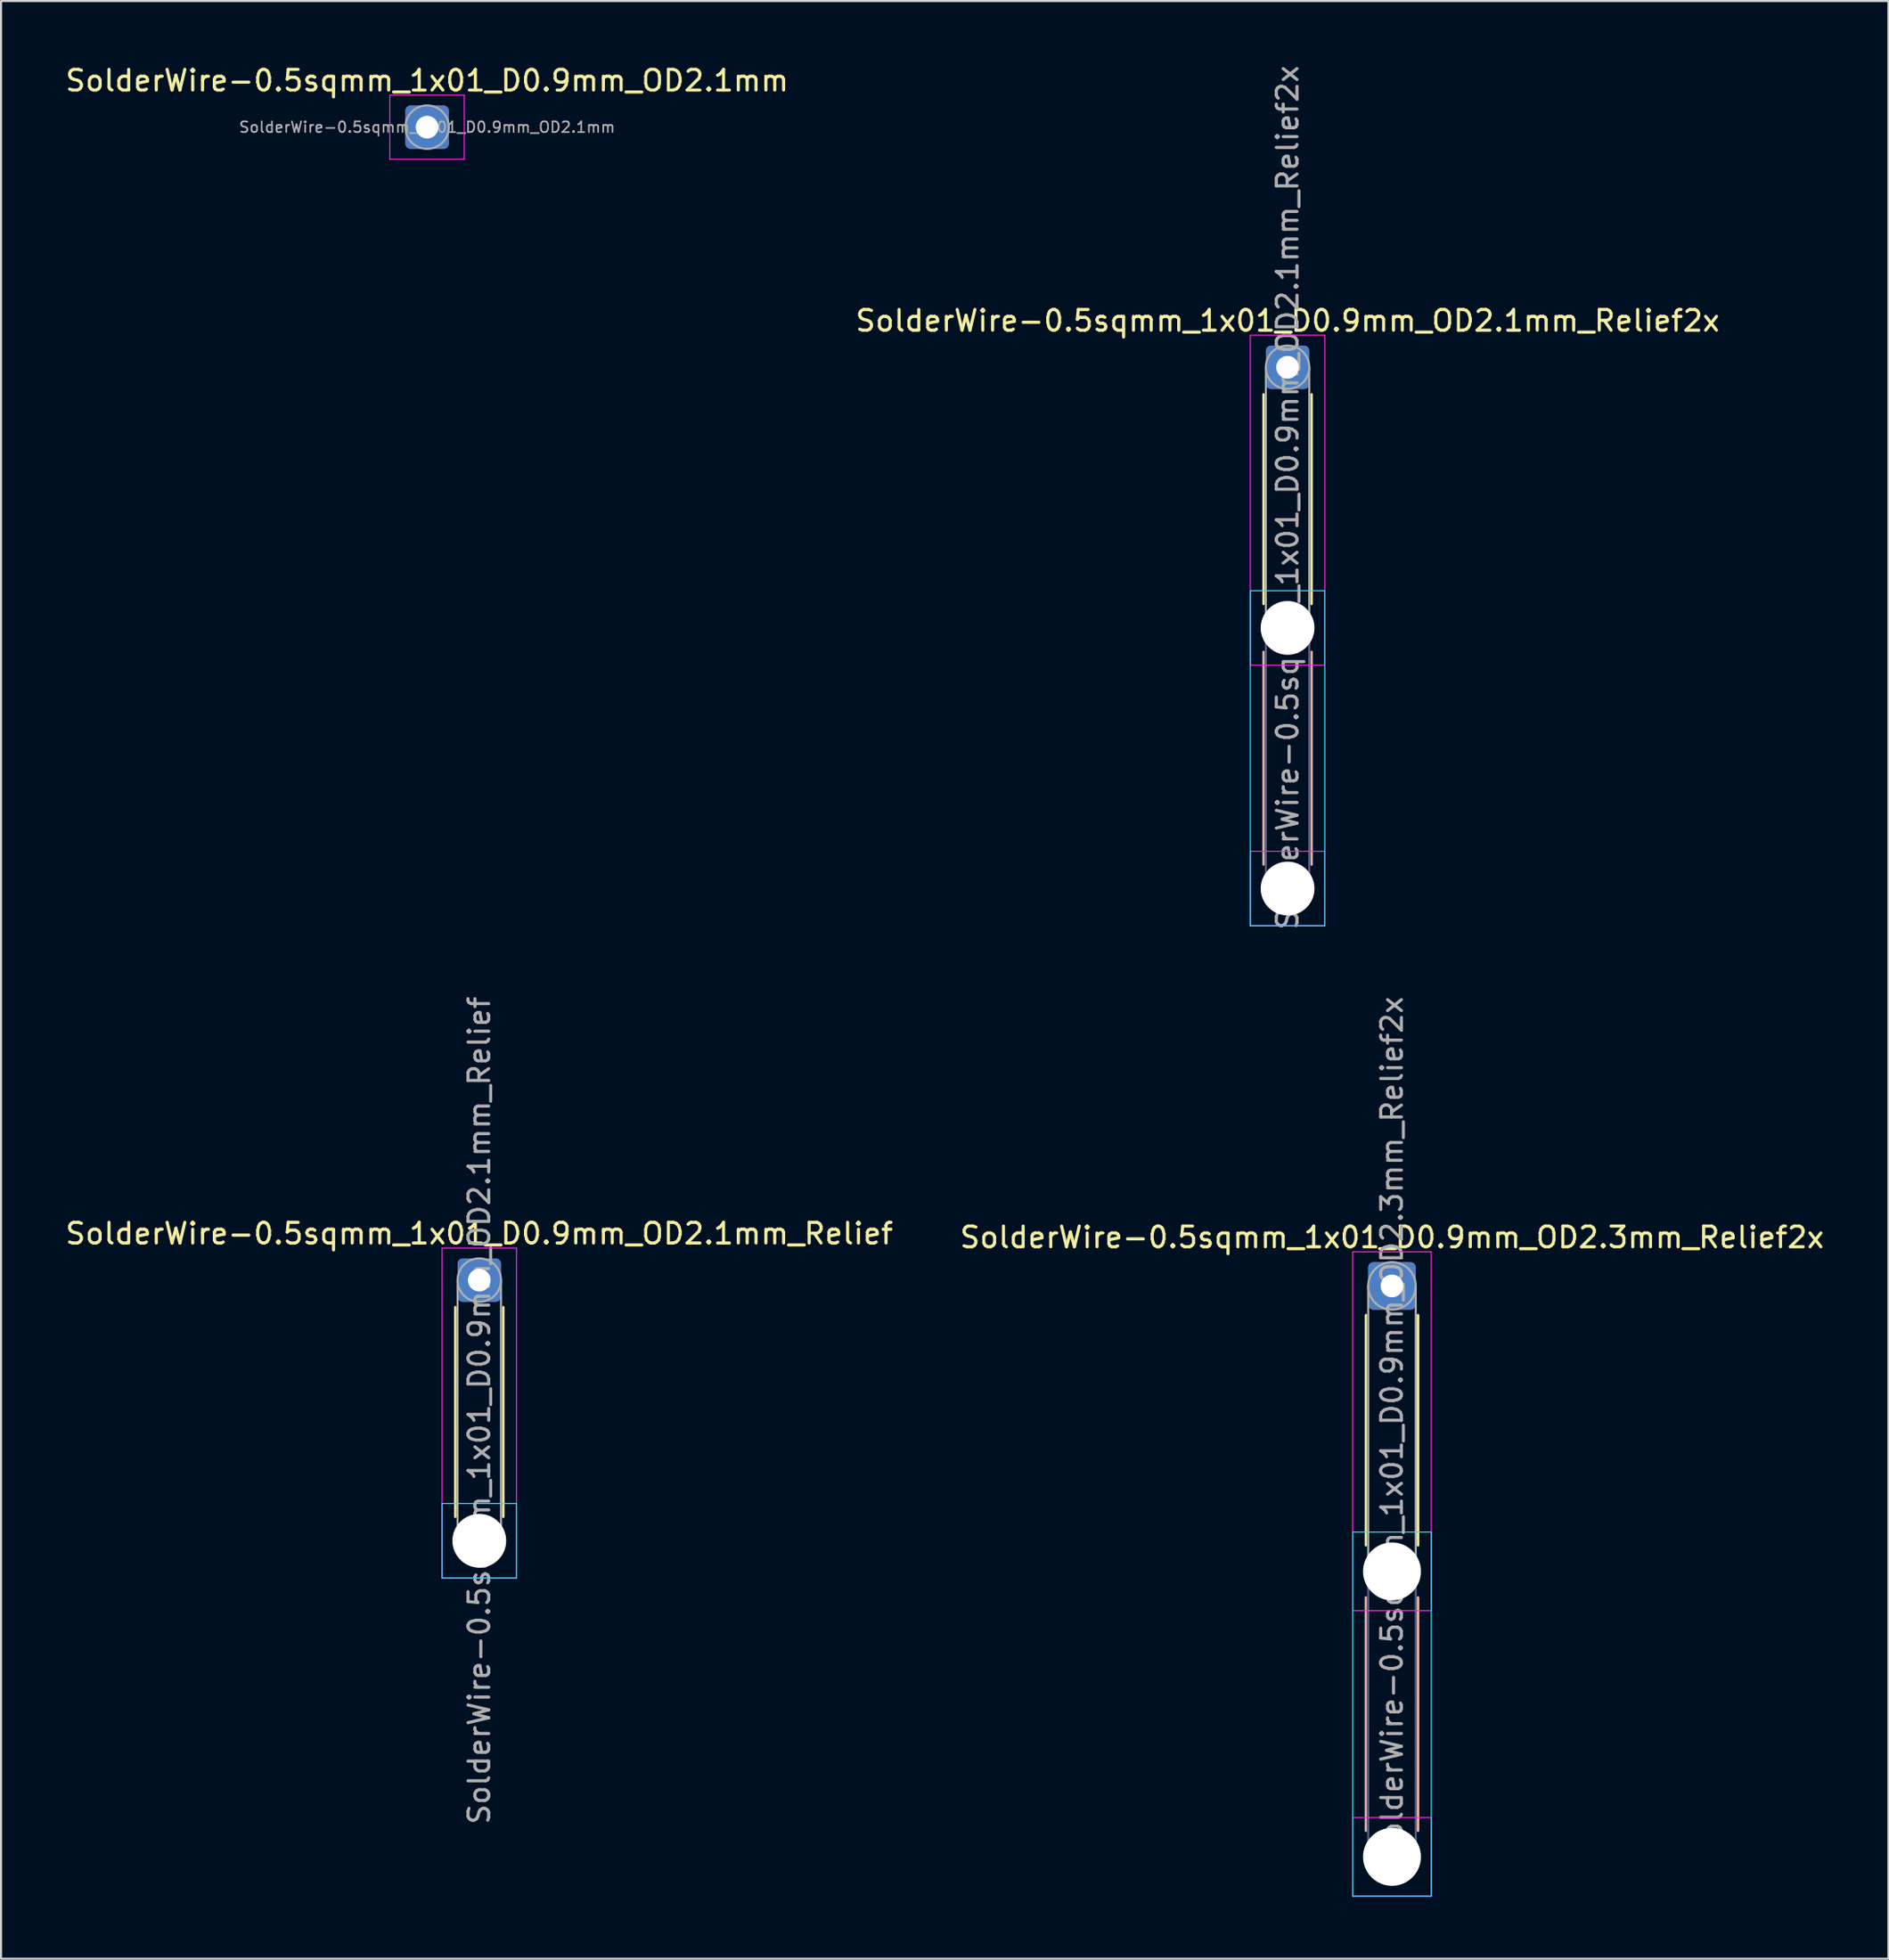
<source format=kicad_pcb>
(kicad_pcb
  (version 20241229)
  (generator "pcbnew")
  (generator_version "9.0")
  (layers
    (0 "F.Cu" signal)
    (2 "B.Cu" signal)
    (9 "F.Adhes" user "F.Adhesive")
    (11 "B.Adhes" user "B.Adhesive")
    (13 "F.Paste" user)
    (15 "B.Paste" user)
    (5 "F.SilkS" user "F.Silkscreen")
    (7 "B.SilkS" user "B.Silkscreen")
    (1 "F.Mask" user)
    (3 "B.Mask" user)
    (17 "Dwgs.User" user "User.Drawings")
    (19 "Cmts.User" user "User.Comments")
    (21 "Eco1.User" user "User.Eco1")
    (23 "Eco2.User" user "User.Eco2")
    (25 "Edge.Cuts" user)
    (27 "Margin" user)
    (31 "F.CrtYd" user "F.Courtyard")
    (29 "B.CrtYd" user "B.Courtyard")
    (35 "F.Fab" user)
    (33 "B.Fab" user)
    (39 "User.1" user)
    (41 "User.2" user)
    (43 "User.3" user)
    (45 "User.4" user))
  (footprint "SolderWire-0.5sqmm_1x01_D0.9mm_OD2.3mm_Relief2x"
    (layer "F.Cu")
    (at 64.256 59.118)
    (property "Reference" "SolderWire-0.5sqmm_1x01_D0.9mm_OD2.3mm_Relief2x" (at 0 -2.35 0) (layer "F.SilkS") (effects (font (size 1 1) (thickness 0.15))))
    (attr exclude_from_pos_files exclude_from_bom)
    (fp_line (start -1.26 1.41) (end -1.26 12.54) (stroke (width 0.12) (type solid)) (layer "F.SilkS"))
    (fp_line (start 1.26 1.41) (end 1.26 12.54) (stroke (width 0.12) (type solid)) (layer "F.SilkS"))
    (fp_line (start -1.26 15.06) (end -1.26 26.34) (stroke (width 0.12) (type solid)) (layer "B.SilkS"))
    (fp_line (start 1.26 15.06) (end 1.26 26.34) (stroke (width 0.12) (type solid)) (layer "B.SilkS"))
    (fp_line (start -1.9 11.9) (end -1.9 29.5) (stroke (width 0.05) (type solid)) (layer "B.CrtYd"))
    (fp_line (start -1.9 29.5) (end 1.9 29.5) (stroke (width 0.05) (type solid)) (layer "B.CrtYd"))
    (fp_line (start 1.9 11.9) (end -1.9 11.9) (stroke (width 0.05) (type solid)) (layer "B.CrtYd"))
    (fp_line (start 1.9 29.5) (end 1.9 11.9) (stroke (width 0.05) (type solid)) (layer "B.CrtYd"))
    (fp_line (start -1.9 -1.65) (end -1.9 15.7) (stroke (width 0.05) (type solid)) (layer "F.CrtYd"))
    (fp_line (start -1.9 15.7) (end 1.9 15.7) (stroke (width 0.05) (type solid)) (layer "F.CrtYd"))
    (fp_line (start -1.9 25.7) (end -1.9 29.5) (stroke (width 0.05) (type solid)) (layer "F.CrtYd"))
    (fp_line (start -1.9 29.5) (end 1.9 29.5) (stroke (width 0.05) (type solid)) (layer "F.CrtYd"))
    (fp_line (start 1.9 -1.65) (end -1.9 -1.65) (stroke (width 0.05) (type solid)) (layer "F.CrtYd"))
    (fp_line (start 1.9 15.7) (end 1.9 -1.65) (stroke (width 0.05) (type solid)) (layer "F.CrtYd"))
    (fp_line (start 1.9 25.7) (end -1.9 25.7) (stroke (width 0.05) (type solid)) (layer "F.CrtYd"))
    (fp_line (start 1.9 29.5) (end 1.9 25.7) (stroke (width 0.05) (type solid)) (layer "F.CrtYd"))
    (fp_line (start -1.15 13.8) (end -1.15 27.6) (stroke (width 0.1) (type solid)) (layer "B.Fab"))
    (fp_line (start 1.15 13.8) (end 1.15 27.6) (stroke (width 0.1) (type solid)) (layer "B.Fab"))
    (fp_circle (center 0 13.8) (end 1.15 13.8) (stroke (width 0.1) (type solid)) (fill no) (layer "B.Fab"))
    (fp_circle (center 0 27.6) (end 1.15 27.6) (stroke (width 0.1) (type solid)) (fill no) (layer "B.Fab"))
    (fp_line (start -1.15 0) (end -1.15 13.8) (stroke (width 0.1) (type solid)) (layer "F.Fab"))
    (fp_line (start 1.15 0) (end 1.15 13.8) (stroke (width 0.1) (type solid)) (layer "F.Fab"))
    (fp_circle (center 0 0) (end 1.15 0) (stroke (width 0.1) (type solid)) (fill no) (layer "F.Fab"))
    (fp_circle (center 0 13.8) (end 1.15 13.8) (stroke (width 0.1) (type solid)) (fill no) (layer "F.Fab"))
    (fp_circle (center 0 27.6) (end 1.15 27.6) (stroke (width 0.1) (type solid)) (fill no) (layer "F.Fab"))
    (fp_text user "${REFERENCE}" (at 0 6.9 90) (layer "F.Fab") (effects (font (size 1 1) (thickness 0.15))))
    (pad "" np_thru_hole circle (at 0 13.8) (size 2.8 2.8) (drill 2.8) (layers "*.Cu" "*.Mask"))
    (pad "" np_thru_hole circle (at 0 27.6) (size 2.8 2.8) (drill 2.8) (layers "*.Cu" "*.Mask"))
    (pad "1" thru_hole roundrect (at 0 0) (size 2.3 2.3) (drill 1.1) (layers "*.Cu" "*.Mask") (roundrect_rratio 0.109)))
  (footprint "SolderWire-0.5sqmm_1x01_D0.9mm_OD2.1mm_Relief"
    (layer "F.Cu")
    (at 20.125 58.837)
    (property "Reference" "SolderWire-0.5sqmm_1x01_D0.9mm_OD2.1mm_Relief" (at 0 -2.25 0) (layer "F.SilkS") (effects (font (size 1 1) (thickness 0.15))))
    (attr exclude_from_pos_files exclude_from_bom)
    (fp_line (start -1.16 1.31) (end -1.16 11.44) (stroke (width 0.12) (type solid)) (layer "F.SilkS"))
    (fp_line (start 1.16 1.31) (end 1.16 11.44) (stroke (width 0.12) (type solid)) (layer "F.SilkS"))
    (fp_line (start -1.8 10.8) (end -1.8 14.4) (stroke (width 0.05) (type solid)) (layer "B.CrtYd"))
    (fp_line (start -1.8 14.4) (end 1.8 14.4) (stroke (width 0.05) (type solid)) (layer "B.CrtYd"))
    (fp_line (start 1.8 10.8) (end -1.8 10.8) (stroke (width 0.05) (type solid)) (layer "B.CrtYd"))
    (fp_line (start 1.8 14.4) (end 1.8 10.8) (stroke (width 0.05) (type solid)) (layer "B.CrtYd"))
    (fp_line (start -1.8 -1.55) (end -1.8 14.4) (stroke (width 0.05) (type solid)) (layer "F.CrtYd"))
    (fp_line (start -1.8 14.4) (end 1.8 14.4) (stroke (width 0.05) (type solid)) (layer "F.CrtYd"))
    (fp_line (start 1.8 -1.55) (end -1.8 -1.55) (stroke (width 0.05) (type solid)) (layer "F.CrtYd"))
    (fp_line (start 1.8 14.4) (end 1.8 -1.55) (stroke (width 0.05) (type solid)) (layer "F.CrtYd"))
    (fp_line (start -1.05 0) (end -1.05 12.6) (stroke (width 0.1) (type solid)) (layer "F.Fab"))
    (fp_line (start 1.05 0) (end 1.05 12.6) (stroke (width 0.1) (type solid)) (layer "F.Fab"))
    (fp_circle (center 0 0) (end 1.05 0) (stroke (width 0.1) (type solid)) (fill no) (layer "F.Fab"))
    (fp_circle (center 0 12.6) (end 1.05 12.6) (stroke (width 0.1) (type solid)) (fill no) (layer "F.Fab"))
    (fp_text user "${REFERENCE}" (at 0 6.3 90) (layer "F.Fab") (effects (font (size 1 1) (thickness 0.15))))
    (pad "" np_thru_hole circle (at 0 12.6) (size 2.6 2.6) (drill 2.6) (layers "*.Cu" "*.Mask"))
    (pad "1" thru_hole roundrect (at 0 0) (size 2.1 2.1) (drill 1.1) (layers "*.Cu" "*.Mask") (roundrect_rratio 0.119)))
  (footprint "SolderWire-0.5sqmm_1x01_D0.9mm_OD2.1mm"
    (layer "F.Cu")
    (at 17.601 3.098)
    (property "Reference" "SolderWire-0.5sqmm_1x01_D0.9mm_OD2.1mm" (at 0 -2.25 0) (layer "F.SilkS") (effects (font (size 1 1) (thickness 0.15))))
    (attr exclude_from_pos_files exclude_from_bom)
    (fp_line (start -1.8 -1.55) (end -1.8 1.55) (stroke (width 0.05) (type solid)) (layer "F.CrtYd"))
    (fp_line (start -1.8 1.55) (end 1.8 1.55) (stroke (width 0.05) (type solid)) (layer "F.CrtYd"))
    (fp_line (start 1.8 -1.55) (end -1.8 -1.55) (stroke (width 0.05) (type solid)) (layer "F.CrtYd"))
    (fp_line (start 1.8 1.55) (end 1.8 -1.55) (stroke (width 0.05) (type solid)) (layer "F.CrtYd"))
    (fp_circle (center 0 0) (end 1.05 0) (stroke (width 0.1) (type solid)) (fill no) (layer "F.Fab"))
    (fp_text user "${REFERENCE}" (at 0 0 0) (layer "F.Fab") (effects (font (size 0.52 0.52) (thickness 0.08))))
    (pad "1" thru_hole roundrect (at 0 0) (size 2.1 2.1) (drill 1.1) (layers "*.Cu" "*.Mask") (roundrect_rratio 0.119)))
  (footprint "SolderWire-0.5sqmm_1x01_D0.9mm_OD2.1mm_Relief2x"
    (layer "F.Cu")
    (at 59.208 14.706)
    (property "Reference" "SolderWire-0.5sqmm_1x01_D0.9mm_OD2.1mm_Relief2x" (at 0 -2.25 0) (layer "F.SilkS") (effects (font (size 1 1) (thickness 0.15))))
    (attr exclude_from_pos_files exclude_from_bom)
    (fp_line (start -1.16 1.31) (end -1.16 11.44) (stroke (width 0.12) (type solid)) (layer "F.SilkS"))
    (fp_line (start 1.16 1.31) (end 1.16 11.44) (stroke (width 0.12) (type solid)) (layer "F.SilkS"))
    (fp_line (start -1.16 13.76) (end -1.16 24.04) (stroke (width 0.12) (type solid)) (layer "B.SilkS"))
    (fp_line (start 1.16 13.76) (end 1.16 24.04) (stroke (width 0.12) (type solid)) (layer "B.SilkS"))
    (fp_line (start -1.8 10.8) (end -1.8 27) (stroke (width 0.05) (type solid)) (layer "B.CrtYd"))
    (fp_line (start -1.8 27) (end 1.8 27) (stroke (width 0.05) (type solid)) (layer "B.CrtYd"))
    (fp_line (start 1.8 10.8) (end -1.8 10.8) (stroke (width 0.05) (type solid)) (layer "B.CrtYd"))
    (fp_line (start 1.8 27) (end 1.8 10.8) (stroke (width 0.05) (type solid)) (layer "B.CrtYd"))
    (fp_line (start -1.8 -1.55) (end -1.8 14.4) (stroke (width 0.05) (type solid)) (layer "F.CrtYd"))
    (fp_line (start -1.8 14.4) (end 1.8 14.4) (stroke (width 0.05) (type solid)) (layer "F.CrtYd"))
    (fp_line (start -1.8 23.4) (end -1.8 27) (stroke (width 0.05) (type solid)) (layer "F.CrtYd"))
    (fp_line (start -1.8 27) (end 1.8 27) (stroke (width 0.05) (type solid)) (layer "F.CrtYd"))
    (fp_line (start 1.8 -1.55) (end -1.8 -1.55) (stroke (width 0.05) (type solid)) (layer "F.CrtYd"))
    (fp_line (start 1.8 14.4) (end 1.8 -1.55) (stroke (width 0.05) (type solid)) (layer "F.CrtYd"))
    (fp_line (start 1.8 23.4) (end -1.8 23.4) (stroke (width 0.05) (type solid)) (layer "F.CrtYd"))
    (fp_line (start 1.8 27) (end 1.8 23.4) (stroke (width 0.05) (type solid)) (layer "F.CrtYd"))
    (fp_line (start -1.05 12.6) (end -1.05 25.2) (stroke (width 0.1) (type solid)) (layer "B.Fab"))
    (fp_line (start 1.05 12.6) (end 1.05 25.2) (stroke (width 0.1) (type solid)) (layer "B.Fab"))
    (fp_circle (center 0 12.6) (end 1.05 12.6) (stroke (width 0.1) (type solid)) (fill no) (layer "B.Fab"))
    (fp_circle (center 0 25.2) (end 1.05 25.2) (stroke (width 0.1) (type solid)) (fill no) (layer "B.Fab"))
    (fp_line (start -1.05 0) (end -1.05 12.6) (stroke (width 0.1) (type solid)) (layer "F.Fab"))
    (fp_line (start 1.05 0) (end 1.05 12.6) (stroke (width 0.1) (type solid)) (layer "F.Fab"))
    (fp_circle (center 0 0) (end 1.05 0) (stroke (width 0.1) (type solid)) (fill no) (layer "F.Fab"))
    (fp_circle (center 0 12.6) (end 1.05 12.6) (stroke (width 0.1) (type solid)) (fill no) (layer "F.Fab"))
    (fp_circle (center 0 25.2) (end 1.05 25.2) (stroke (width 0.1) (type solid)) (fill no) (layer "F.Fab"))
    (fp_text user "${REFERENCE}" (at 0 6.3 90) (layer "F.Fab") (effects (font (size 1 1) (thickness 0.15))))
    (pad "" np_thru_hole circle (at 0 12.6) (size 2.6 2.6) (drill 2.6) (layers "*.Cu" "*.Mask"))
    (pad "" np_thru_hole circle (at 0 25.2) (size 2.6 2.6) (drill 2.6) (layers "*.Cu" "*.Mask"))
    (pad "1" thru_hole roundrect (at 0 0) (size 2.1 2.1) (drill 1.1) (layers "*.Cu" "*.Mask") (roundrect_rratio 0.119)))
  (gr_rect
    (start -3 -3)
    (end 88.262 91.643)
    (stroke (width 0.1) (type default))
    (fill no)
    (layer "Edge.Cuts")))
</source>
